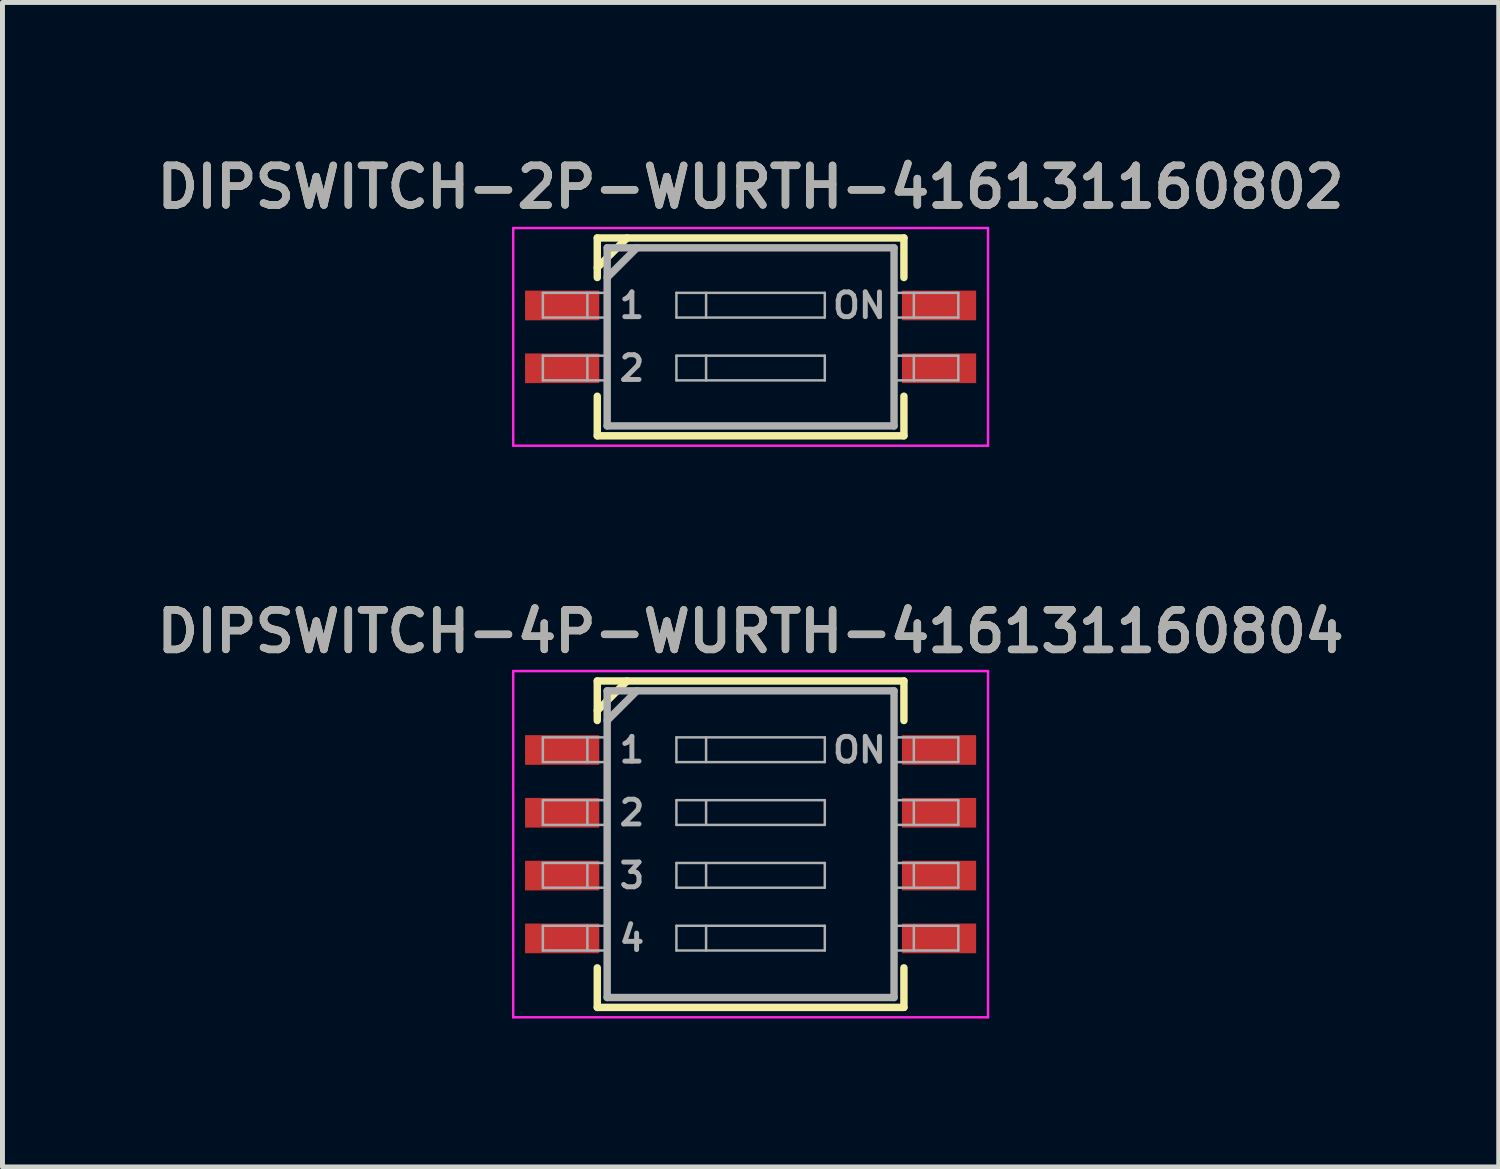
<source format=kicad_pcb>
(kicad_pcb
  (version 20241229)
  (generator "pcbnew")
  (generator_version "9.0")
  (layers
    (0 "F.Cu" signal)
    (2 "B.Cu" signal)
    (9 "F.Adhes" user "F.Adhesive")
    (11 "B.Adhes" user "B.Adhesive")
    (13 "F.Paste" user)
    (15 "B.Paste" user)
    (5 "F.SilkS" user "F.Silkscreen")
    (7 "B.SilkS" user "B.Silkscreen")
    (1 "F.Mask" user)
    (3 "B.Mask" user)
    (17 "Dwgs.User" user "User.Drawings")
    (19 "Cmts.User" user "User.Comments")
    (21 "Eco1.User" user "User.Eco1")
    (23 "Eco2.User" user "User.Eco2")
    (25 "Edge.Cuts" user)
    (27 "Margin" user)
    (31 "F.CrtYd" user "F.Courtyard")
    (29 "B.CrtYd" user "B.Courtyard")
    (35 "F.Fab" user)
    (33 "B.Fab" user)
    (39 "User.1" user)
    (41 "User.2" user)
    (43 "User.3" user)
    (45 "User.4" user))
  (footprint "DIPSWITCH-4P-WURTH-416131160804"
    (layer "F.Cu")
    (at 12.126 14.018)
    (property "Reference" "DIPSWITCH-4P-WURTH-416131160804" (at 0 -4.3 0) (layer "F.SilkS") (effects (font (size 0.8 0.8) (thickness 0.15))))
    (attr through_hole)
    (fp_line (start -3.1 -3.3) (end 3.1 -3.3) (stroke (width 0.15) (type solid)) (layer "F.SilkS"))
    (fp_line (start -3.1 -2.7) (end -2.5 -3.3) (stroke (width 0.15) (type solid)) (layer "F.SilkS"))
    (fp_line (start -3.1 -2.5) (end -3.1 -3.3) (stroke (width 0.15) (type solid)) (layer "F.SilkS"))
    (fp_line (start -3.1 2.5) (end -3.1 3.3) (stroke (width 0.15) (type solid)) (layer "F.SilkS"))
    (fp_line (start -3.1 3.3) (end 3.1 3.3) (stroke (width 0.15) (type solid)) (layer "F.SilkS"))
    (fp_line (start 3.1 -3.3) (end 3.1 -2.5) (stroke (width 0.15) (type solid)) (layer "F.SilkS"))
    (fp_line (start 3.1 3.3) (end 3.1 2.5) (stroke (width 0.15) (type solid)) (layer "F.SilkS"))
    (fp_line (start -4.8 -3.5) (end 4.8 -3.5) (stroke (width 0.05) (type solid)) (layer "F.CrtYd"))
    (fp_line (start -4.8 3.5) (end -4.8 -3.5) (stroke (width 0.05) (type solid)) (layer "F.CrtYd"))
    (fp_line (start 4.8 -3.5) (end 4.8 3.5) (stroke (width 0.05) (type solid)) (layer "F.CrtYd"))
    (fp_line (start 4.8 3.5) (end -4.8 3.5) (stroke (width 0.05) (type solid)) (layer "F.CrtYd"))
    (fp_line (start -4.2 -2.16) (end -4.2 -1.66) (stroke (width 0.05) (type solid)) (layer "F.Fab"))
    (fp_line (start -4.2 -1.66) (end -2.9 -1.66) (stroke (width 0.05) (type solid)) (layer "F.Fab"))
    (fp_line (start -4.2 -0.89) (end -4.2 -0.39) (stroke (width 0.05) (type solid)) (layer "F.Fab"))
    (fp_line (start -4.2 -0.39) (end -2.9 -0.39) (stroke (width 0.05) (type solid)) (layer "F.Fab"))
    (fp_line (start -4.2 0.38) (end -4.2 0.88) (stroke (width 0.05) (type solid)) (layer "F.Fab"))
    (fp_line (start -4.2 0.88) (end -2.9 0.88) (stroke (width 0.05) (type solid)) (layer "F.Fab"))
    (fp_line (start -4.2 1.65) (end -4.2 2.15) (stroke (width 0.05) (type solid)) (layer "F.Fab"))
    (fp_line (start -4.2 2.15) (end -2.9 2.15) (stroke (width 0.05) (type solid)) (layer "F.Fab"))
    (fp_line (start -3.3 -2.16) (end -3.3 -1.66) (stroke (width 0.05) (type solid)) (layer "F.Fab"))
    (fp_line (start -3.3 -0.89) (end -3.3 -0.39) (stroke (width 0.05) (type solid)) (layer "F.Fab"))
    (fp_line (start -3.3 0.38) (end -3.3 0.88) (stroke (width 0.05) (type solid)) (layer "F.Fab"))
    (fp_line (start -3.3 1.65) (end -3.3 2.15) (stroke (width 0.05) (type solid)) (layer "F.Fab"))
    (fp_line (start -2.9 -3.1) (end 2.9 -3.1) (stroke (width 0.15) (type solid)) (layer "F.Fab"))
    (fp_line (start -2.9 -2.5) (end -2.3 -3.1) (stroke (width 0.15) (type solid)) (layer "F.Fab"))
    (fp_line (start -2.9 -2.16) (end -4.2 -2.16) (stroke (width 0.05) (type solid)) (layer "F.Fab"))
    (fp_line (start -2.9 -0.89) (end -4.2 -0.89) (stroke (width 0.05) (type solid)) (layer "F.Fab"))
    (fp_line (start -2.9 0.38) (end -4.2 0.38) (stroke (width 0.05) (type solid)) (layer "F.Fab"))
    (fp_line (start -2.9 1.65) (end -4.2 1.65) (stroke (width 0.05) (type solid)) (layer "F.Fab"))
    (fp_line (start -2.9 3.1) (end -2.9 -3.1) (stroke (width 0.15) (type solid)) (layer "F.Fab"))
    (fp_line (start -1.5 -2.16) (end 1.5 -2.16) (stroke (width 0.05) (type solid)) (layer "F.Fab"))
    (fp_line (start -1.5 -1.66) (end -1.5 -2.16) (stroke (width 0.05) (type solid)) (layer "F.Fab"))
    (fp_line (start -1.5 -0.89) (end 1.5 -0.89) (stroke (width 0.05) (type solid)) (layer "F.Fab"))
    (fp_line (start -1.5 -0.39) (end -1.5 -0.89) (stroke (width 0.05) (type solid)) (layer "F.Fab"))
    (fp_line (start -1.5 0.38) (end 1.5 0.38) (stroke (width 0.05) (type solid)) (layer "F.Fab"))
    (fp_line (start -1.5 0.88) (end -1.5 0.38) (stroke (width 0.05) (type solid)) (layer "F.Fab"))
    (fp_line (start -1.5 1.65) (end 1.5 1.65) (stroke (width 0.05) (type solid)) (layer "F.Fab"))
    (fp_line (start -1.5 2.15) (end -1.5 1.65) (stroke (width 0.05) (type solid)) (layer "F.Fab"))
    (fp_line (start -0.9 -2.16) (end -0.9 -1.66) (stroke (width 0.05) (type solid)) (layer "F.Fab"))
    (fp_line (start -0.9 -0.89) (end -0.9 -0.39) (stroke (width 0.05) (type solid)) (layer "F.Fab"))
    (fp_line (start -0.9 0.38) (end -0.9 0.88) (stroke (width 0.05) (type solid)) (layer "F.Fab"))
    (fp_line (start -0.9 1.65) (end -0.9 2.15) (stroke (width 0.05) (type solid)) (layer "F.Fab"))
    (fp_line (start 1.5 -2.16) (end 1.5 -1.66) (stroke (width 0.05) (type solid)) (layer "F.Fab"))
    (fp_line (start 1.5 -1.66) (end -1.5 -1.66) (stroke (width 0.05) (type solid)) (layer "F.Fab"))
    (fp_line (start 1.5 -0.89) (end 1.5 -0.39) (stroke (width 0.05) (type solid)) (layer "F.Fab"))
    (fp_line (start 1.5 -0.39) (end -1.5 -0.39) (stroke (width 0.05) (type solid)) (layer "F.Fab"))
    (fp_line (start 1.5 0.38) (end 1.5 0.88) (stroke (width 0.05) (type solid)) (layer "F.Fab"))
    (fp_line (start 1.5 0.88) (end -1.5 0.88) (stroke (width 0.05) (type solid)) (layer "F.Fab"))
    (fp_line (start 1.5 1.65) (end 1.5 2.15) (stroke (width 0.05) (type solid)) (layer "F.Fab"))
    (fp_line (start 1.5 2.15) (end -1.5 2.15) (stroke (width 0.05) (type solid)) (layer "F.Fab"))
    (fp_line (start 2.9 -3.1) (end 2.9 3.1) (stroke (width 0.15) (type solid)) (layer "F.Fab"))
    (fp_line (start 2.9 3.1) (end -2.9 3.1) (stroke (width 0.15) (type solid)) (layer "F.Fab"))
    (fp_line (start 3.3 -2.16) (end 3.3 -1.66) (stroke (width 0.05) (type solid)) (layer "F.Fab"))
    (fp_line (start 3.3 -0.89) (end 3.3 -0.39) (stroke (width 0.05) (type solid)) (layer "F.Fab"))
    (fp_line (start 3.3 0.38) (end 3.3 0.88) (stroke (width 0.05) (type solid)) (layer "F.Fab"))
    (fp_line (start 3.3 1.65) (end 3.3 2.15) (stroke (width 0.05) (type solid)) (layer "F.Fab"))
    (fp_line (start 4.2 -2.16) (end 2.9 -2.16) (stroke (width 0.05) (type solid)) (layer "F.Fab"))
    (fp_line (start 4.2 -2.16) (end 4.2 -1.66) (stroke (width 0.05) (type solid)) (layer "F.Fab"))
    (fp_line (start 4.2 -1.66) (end 2.9 -1.66) (stroke (width 0.05) (type solid)) (layer "F.Fab"))
    (fp_line (start 4.2 -0.89) (end 2.9 -0.89) (stroke (width 0.05) (type solid)) (layer "F.Fab"))
    (fp_line (start 4.2 -0.89) (end 4.2 -0.39) (stroke (width 0.05) (type solid)) (layer "F.Fab"))
    (fp_line (start 4.2 -0.39) (end 2.9 -0.39) (stroke (width 0.05) (type solid)) (layer "F.Fab"))
    (fp_line (start 4.2 0.38) (end 2.9 0.38) (stroke (width 0.05) (type solid)) (layer "F.Fab"))
    (fp_line (start 4.2 0.38) (end 4.2 0.88) (stroke (width 0.05) (type solid)) (layer "F.Fab"))
    (fp_line (start 4.2 0.88) (end 2.9 0.88) (stroke (width 0.05) (type solid)) (layer "F.Fab"))
    (fp_line (start 4.2 1.65) (end 2.9 1.65) (stroke (width 0.05) (type solid)) (layer "F.Fab"))
    (fp_line (start 4.2 1.65) (end 4.2 2.15) (stroke (width 0.05) (type solid)) (layer "F.Fab"))
    (fp_line (start 4.2 2.15) (end 2.9 2.15) (stroke (width 0.05) (type solid)) (layer "F.Fab"))
    (fp_text user "ON" (at 2.2 -1.905 0) (layer "F.Fab") (effects (font (size 0.5 0.5) (thickness 0.1))))
    (fp_text user "4" (at -2.4 1.905 0) (layer "F.Fab") (effects (font (size 0.5 0.5) (thickness 0.1))))
    (fp_text user "3" (at -2.4 0.635 0) (layer "F.Fab") (effects (font (size 0.5 0.5) (thickness 0.1))))
    (fp_text user "1" (at -2.4 -1.905 0) (layer "F.Fab") (effects (font (size 0.5 0.5) (thickness 0.1))))
    (fp_text user "${REFERENCE}" (at 0 -4.3 0) (layer "F.Fab") (effects (font (size 0.8 0.8) (thickness 0.15))))
    (fp_text user "2" (at -2.4 -0.635 0) (layer "F.Fab") (effects (font (size 0.5 0.5) (thickness 0.1))))
    (pad "1" smd rect (at -3.81 -1.905) (size 1.5 0.6) (layers "F.Cu" "F.Mask" "F.Paste"))
    (pad "2" smd rect (at -3.81 -0.635) (size 1.5 0.6) (layers "F.Cu" "F.Mask" "F.Paste"))
    (pad "3" smd rect (at -3.81 0.635) (size 1.5 0.6) (layers "F.Cu" "F.Mask" "F.Paste"))
    (pad "4" smd rect (at -3.81 1.905) (size 1.5 0.6) (layers "F.Cu" "F.Mask" "F.Paste"))
    (pad "5" smd rect (at 3.81 1.905) (size 1.5 0.6) (layers "F.Cu" "F.Mask" "F.Paste"))
    (pad "6" smd rect (at 3.81 0.635) (size 1.5 0.6) (layers "F.Cu" "F.Mask" "F.Paste"))
    (pad "7" smd rect (at 3.81 -0.635) (size 1.5 0.6) (layers "F.Cu" "F.Mask" "F.Paste"))
    (pad "8" smd rect (at 3.81 -1.905) (size 1.5 0.6) (layers "F.Cu" "F.Mask" "F.Paste")))
  (footprint "DIPSWITCH-2P-WURTH-416131160802"
    (layer "F.Cu")
    (at 12.126 3.761)
    (property "Reference" "DIPSWITCH-2P-WURTH-416131160802" (at 0 -3.03 0) (layer "F.SilkS") (effects (font (size 0.8 0.8) (thickness 0.15))))
    (attr through_hole)
    (fp_line (start -3.1 -2) (end 3.1 -2) (stroke (width 0.15) (type solid)) (layer "F.SilkS"))
    (fp_line (start -3.1 -1.4) (end -2.5 -2) (stroke (width 0.15) (type solid)) (layer "F.SilkS"))
    (fp_line (start -3.1 -1.2) (end -3.1 -2) (stroke (width 0.15) (type solid)) (layer "F.SilkS"))
    (fp_line (start -3.1 1.2) (end -3.1 2) (stroke (width 0.15) (type solid)) (layer "F.SilkS"))
    (fp_line (start -3.1 2) (end 3.1 2) (stroke (width 0.15) (type solid)) (layer "F.SilkS"))
    (fp_line (start 3.1 -2) (end 3.1 -1.2) (stroke (width 0.15) (type solid)) (layer "F.SilkS"))
    (fp_line (start 3.1 2) (end 3.1 1.2) (stroke (width 0.15) (type solid)) (layer "F.SilkS"))
    (fp_line (start -4.8 -2.2) (end 4.8 -2.2) (stroke (width 0.05) (type solid)) (layer "F.CrtYd"))
    (fp_line (start -4.8 2.2) (end -4.8 -2.2) (stroke (width 0.05) (type solid)) (layer "F.CrtYd"))
    (fp_line (start 4.8 -2.2) (end 4.8 2.2) (stroke (width 0.05) (type solid)) (layer "F.CrtYd"))
    (fp_line (start 4.8 2.2) (end -4.8 2.2) (stroke (width 0.05) (type solid)) (layer "F.CrtYd"))
    (fp_line (start -4.2 -0.89) (end -4.2 -0.39) (stroke (width 0.05) (type solid)) (layer "F.Fab"))
    (fp_line (start -4.2 -0.39) (end -2.9 -0.39) (stroke (width 0.05) (type solid)) (layer "F.Fab"))
    (fp_line (start -4.2 0.38) (end -4.2 0.88) (stroke (width 0.05) (type solid)) (layer "F.Fab"))
    (fp_line (start -4.2 0.88) (end -2.9 0.88) (stroke (width 0.05) (type solid)) (layer "F.Fab"))
    (fp_line (start -3.3 -0.89) (end -3.3 -0.39) (stroke (width 0.05) (type solid)) (layer "F.Fab"))
    (fp_line (start -3.3 0.38) (end -3.3 0.88) (stroke (width 0.05) (type solid)) (layer "F.Fab"))
    (fp_line (start -2.9 -1.8) (end 2.9 -1.8) (stroke (width 0.15) (type solid)) (layer "F.Fab"))
    (fp_line (start -2.9 -1.2) (end -2.3 -1.8) (stroke (width 0.15) (type solid)) (layer "F.Fab"))
    (fp_line (start -2.9 -0.89) (end -4.2 -0.89) (stroke (width 0.05) (type solid)) (layer "F.Fab"))
    (fp_line (start -2.9 0.38) (end -4.2 0.38) (stroke (width 0.05) (type solid)) (layer "F.Fab"))
    (fp_line (start -2.9 1.8) (end -2.9 -1.8) (stroke (width 0.15) (type solid)) (layer "F.Fab"))
    (fp_line (start -1.5 -0.89) (end 1.5 -0.89) (stroke (width 0.05) (type solid)) (layer "F.Fab"))
    (fp_line (start -1.5 -0.39) (end -1.5 -0.89) (stroke (width 0.05) (type solid)) (layer "F.Fab"))
    (fp_line (start -1.5 0.38) (end 1.5 0.38) (stroke (width 0.05) (type solid)) (layer "F.Fab"))
    (fp_line (start -1.5 0.88) (end -1.5 0.38) (stroke (width 0.05) (type solid)) (layer "F.Fab"))
    (fp_line (start -0.9 -0.89) (end -0.9 -0.39) (stroke (width 0.05) (type solid)) (layer "F.Fab"))
    (fp_line (start -0.9 0.38) (end -0.9 0.88) (stroke (width 0.05) (type solid)) (layer "F.Fab"))
    (fp_line (start 1.5 -0.89) (end 1.5 -0.39) (stroke (width 0.05) (type solid)) (layer "F.Fab"))
    (fp_line (start 1.5 -0.39) (end -1.5 -0.39) (stroke (width 0.05) (type solid)) (layer "F.Fab"))
    (fp_line (start 1.5 0.38) (end 1.5 0.88) (stroke (width 0.05) (type solid)) (layer "F.Fab"))
    (fp_line (start 1.5 0.88) (end -1.5 0.88) (stroke (width 0.05) (type solid)) (layer "F.Fab"))
    (fp_line (start 2.9 -1.8) (end 2.9 1.8) (stroke (width 0.15) (type solid)) (layer "F.Fab"))
    (fp_line (start 2.9 1.8) (end -2.9 1.8) (stroke (width 0.15) (type solid)) (layer "F.Fab"))
    (fp_line (start 3.3 -0.89) (end 3.3 -0.39) (stroke (width 0.05) (type solid)) (layer "F.Fab"))
    (fp_line (start 3.3 0.38) (end 3.3 0.88) (stroke (width 0.05) (type solid)) (layer "F.Fab"))
    (fp_line (start 4.2 -0.89) (end 2.9 -0.89) (stroke (width 0.05) (type solid)) (layer "F.Fab"))
    (fp_line (start 4.2 -0.89) (end 4.2 -0.39) (stroke (width 0.05) (type solid)) (layer "F.Fab"))
    (fp_line (start 4.2 -0.39) (end 2.9 -0.39) (stroke (width 0.05) (type solid)) (layer "F.Fab"))
    (fp_line (start 4.2 0.38) (end 2.9 0.38) (stroke (width 0.05) (type solid)) (layer "F.Fab"))
    (fp_line (start 4.2 0.38) (end 4.2 0.88) (stroke (width 0.05) (type solid)) (layer "F.Fab"))
    (fp_line (start 4.2 0.88) (end 2.9 0.88) (stroke (width 0.05) (type solid)) (layer "F.Fab"))
    (fp_text user "1" (at -2.4 -0.635 0) (layer "F.Fab") (effects (font (size 0.5 0.5) (thickness 0.1))))
    (fp_text user "2" (at -2.4 0.635 0) (layer "F.Fab") (effects (font (size 0.5 0.5) (thickness 0.1))))
    (fp_text user "ON" (at 2.2 -0.635 0) (layer "F.Fab") (effects (font (size 0.5 0.5) (thickness 0.1))))
    (fp_text user "${REFERENCE}" (at 0 -3.03 0) (layer "F.Fab") (effects (font (size 0.8 0.8) (thickness 0.15))))
    (pad "1" smd rect (at -3.81 -0.635) (size 1.5 0.6) (layers "F.Cu" "F.Mask" "F.Paste"))
    (pad "2" smd rect (at -3.81 0.635) (size 1.5 0.6) (layers "F.Cu" "F.Mask" "F.Paste"))
    (pad "3" smd rect (at 3.81 0.635) (size 1.5 0.6) (layers "F.Cu" "F.Mask" "F.Paste"))
    (pad "4" smd rect (at 3.81 -0.635) (size 1.5 0.6) (layers "F.Cu" "F.Mask" "F.Paste")))
  (gr_rect
    (start -3 -3)
    (end 27.252 20.543)
    (stroke (width 0.1) (type default))
    (fill no)
    (layer "Edge.Cuts")))
</source>
